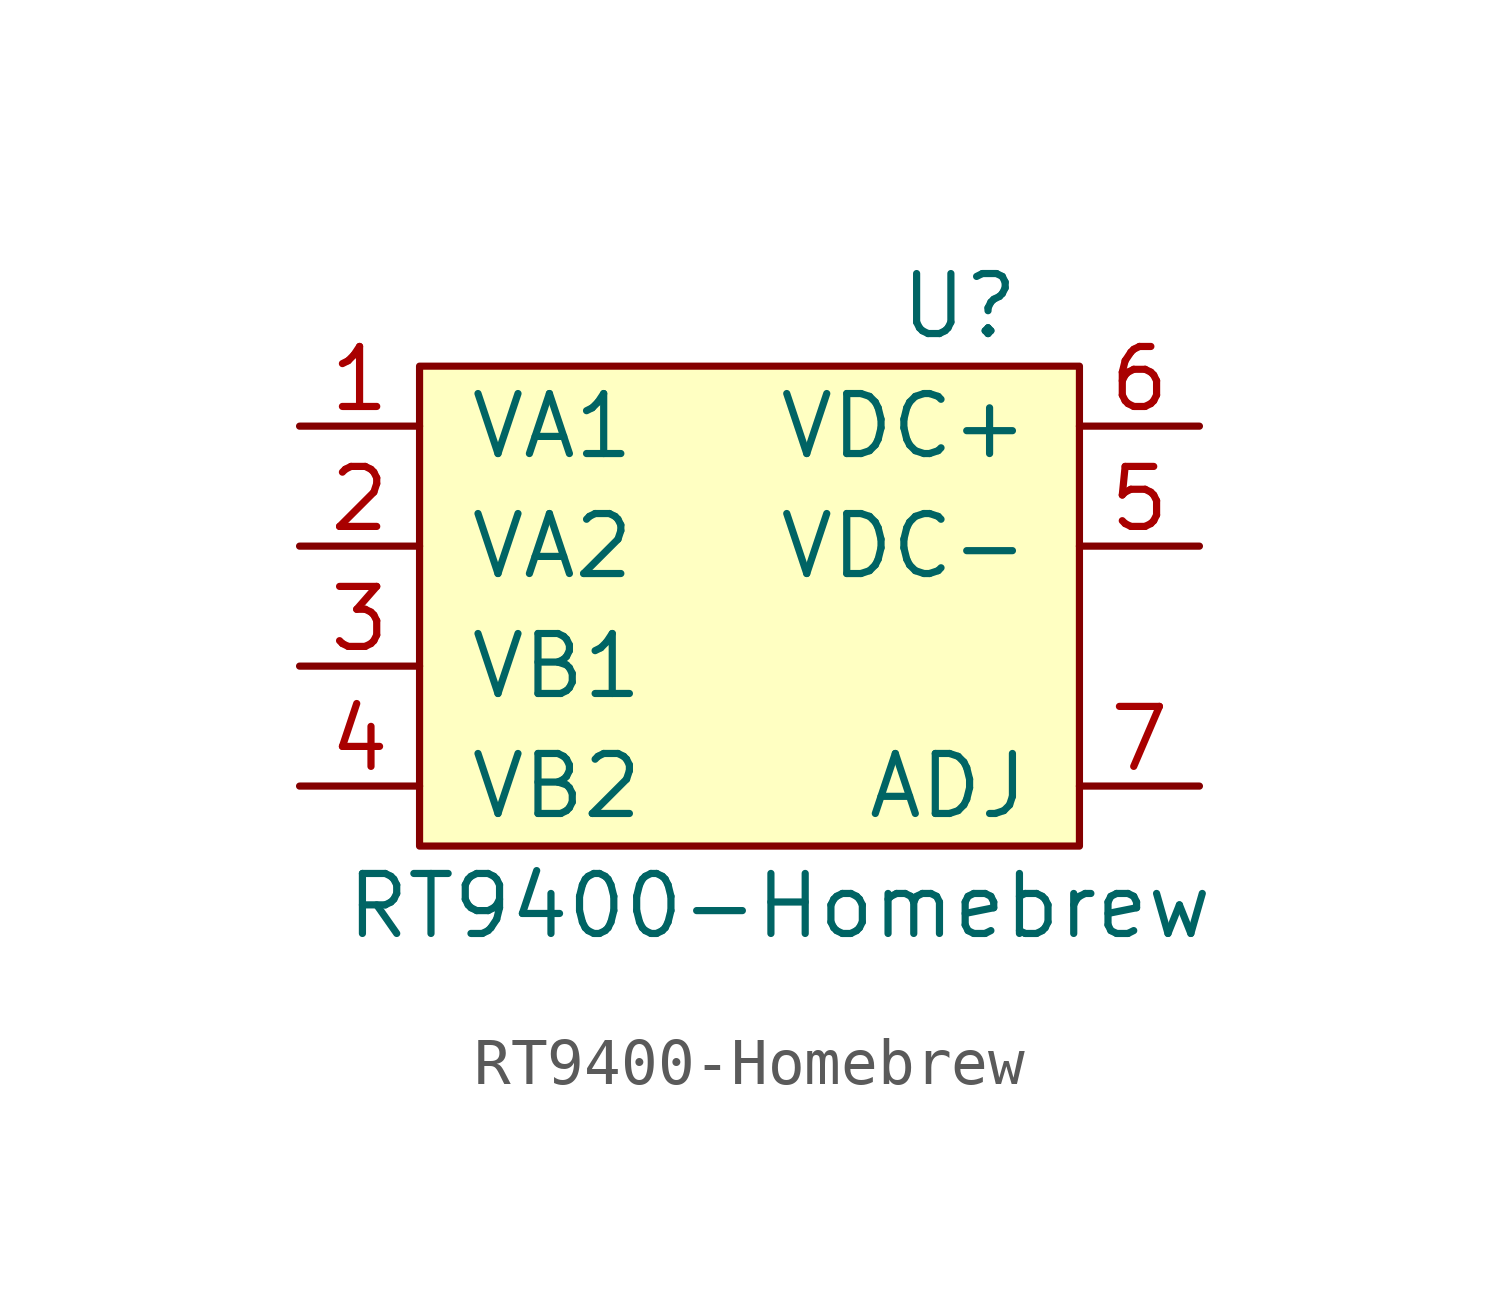
<source format=kicad_sym>
(kicad_symbol_lib
  (version 20231120)
  (generator "kicad_symbol_editor")
  (generator_version "8.0")
  (symbol "RT9400-Homebrew"
    (pin_names
      (offset 1.016))
    (property "Reference" "U"
      (at 5.08 6.35 0)
      (effects (font (size 1.27 1.27))))
    (property "Value" "RT9400-Homebrew"
      (at 1.27 -6.35 0)
      (effects (font (size 1.27 1.27))))
    (symbol "RT9400-Homebrew_0_1"
      (rectangle (start -6.35 5.08) (end 7.62 -5.08) (stroke (width 0) (type solid)) (fill (type background))))
    (symbol "RT9400-Homebrew_1_1"
      (pin power_in line (at -8.89 3.81 0) (length 2.54) (name "VA1" (effects (font (size 1.27 1.27)))) (number "1" (effects (font (size 1.27 1.27)))))
      (pin power_in line (at -8.89 1.27 0) (length 2.54) (name "VA2" (effects (font (size 1.27 1.27)))) (number "2" (effects (font (size 1.27 1.27)))))
      (pin power_in line (at -8.89 -1.27 0) (length 2.54) (name "VB1" (effects (font (size 1.27 1.27)))) (number "3" (effects (font (size 1.27 1.27)))))
      (pin power_in line (at -8.89 -3.81 0) (length 2.54) (name "VB2" (effects (font (size 1.27 1.27)))) (number "4" (effects (font (size 1.27 1.27)))))
      (pin power_in line (at 10.16 1.27 180) (length 2.54) (name "VDC-" (effects (font (size 1.27 1.27)))) (number "5" (effects (font (size 1.27 1.27)))))
      (pin power_out line (at 10.16 3.81 180) (length 2.54) (name "VDC+" (effects (font (size 1.27 1.27)))) (number "6" (effects (font (size 1.27 1.27)))))
      (pin input line (at 10.16 -3.81 180) (length 2.54) (name "ADJ" (effects (font (size 1.27 1.27)))) (number "7" (effects (font (size 1.27 1.27))))))))
</source>
